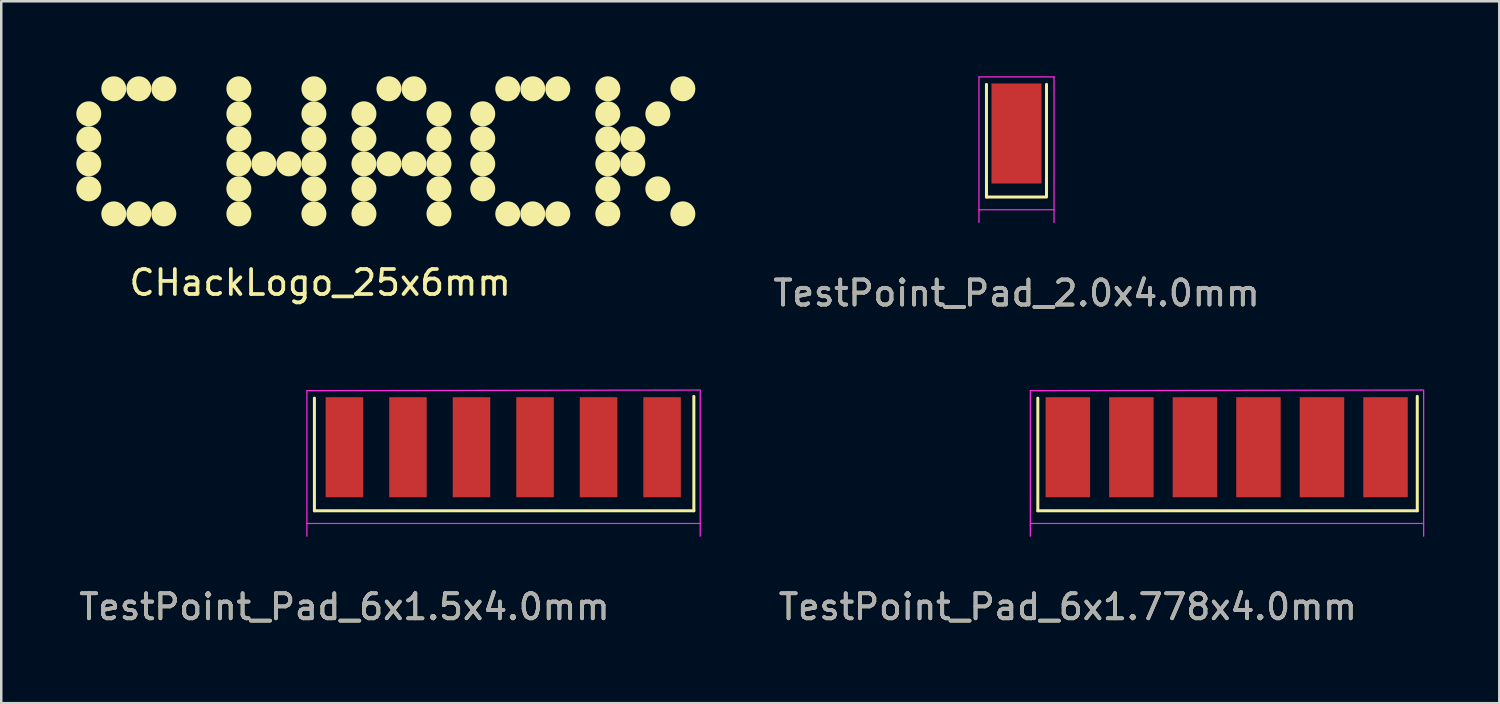
<source format=kicad_pcb>
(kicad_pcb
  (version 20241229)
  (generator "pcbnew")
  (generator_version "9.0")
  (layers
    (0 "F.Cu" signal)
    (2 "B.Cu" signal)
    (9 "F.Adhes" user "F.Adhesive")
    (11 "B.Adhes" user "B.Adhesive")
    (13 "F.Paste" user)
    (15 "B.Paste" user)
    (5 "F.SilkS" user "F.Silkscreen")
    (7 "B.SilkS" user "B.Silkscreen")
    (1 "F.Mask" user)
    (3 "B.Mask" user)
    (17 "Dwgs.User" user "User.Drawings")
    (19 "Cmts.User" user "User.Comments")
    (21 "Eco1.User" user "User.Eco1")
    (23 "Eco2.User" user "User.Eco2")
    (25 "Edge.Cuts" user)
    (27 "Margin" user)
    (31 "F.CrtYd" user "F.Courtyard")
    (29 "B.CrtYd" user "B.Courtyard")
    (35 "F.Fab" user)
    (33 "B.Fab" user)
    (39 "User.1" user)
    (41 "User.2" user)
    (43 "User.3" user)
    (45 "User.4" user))
  (footprint "TestPoint_Pad_6x1.5x4.0mm"
    (layer "F.Cu")
    (at 10.72 14.068)
    (property "Reference" "TestPoint_Pad_6x1.5x4.0mm" (at 0 7.146 0) (layer "F.SilkS") (effects (font (size 1 1) (thickness 0.15))))
    (attr exclude_from_pos_files exclude_from_bom)
    (fp_line (start -1.2 3.302) (end -1.2 -1.2) (stroke (width 0.12) (type solid)) (layer "F.SilkS"))
    (fp_line (start 13.97 -1.27) (end 13.97 3.302) (stroke (width 0.12) (type solid)) (layer "F.SilkS"))
    (fp_line (start 13.97 3.302) (end -1.2 3.302) (stroke (width 0.12) (type solid)) (layer "F.SilkS"))
    (fp_line (start -1.5 -1.5) (end -1.5 4.318) (stroke (width 0.05) (type solid)) (layer "F.CrtYd"))
    (fp_line (start -1.5 -1.5) (end 14.224 -1.524) (stroke (width 0.05) (type solid)) (layer "F.CrtYd"))
    (fp_line (start 14.224 3.81) (end -1.5 3.81) (stroke (width 0.05) (type solid)) (layer "F.CrtYd"))
    (fp_line (start 14.224 4.318) (end 14.224 -1.5) (stroke (width 0.05) (type solid)) (layer "F.CrtYd"))
    (fp_text user "${REFERENCE}" (at 0 7.144 0) (layer "F.Fab") (effects (font (size 1 1) (thickness 0.15))))
    (pad "1" smd rect (at 0 0.762) (size 1.5 4) (layers "F.Cu" "F.Mask"))
    (pad "2" smd rect (at 2.54 0.762) (size 1.5 4) (layers "F.Cu" "F.Mask"))
    (pad "3" smd rect (at 5.08 0.762) (size 1.5 4) (layers "F.Cu" "F.Mask"))
    (pad "4" smd rect (at 7.62 0.762) (size 1.5 4) (layers "F.Cu" "F.Mask"))
    (pad "5" smd rect (at 10.16 0.762) (size 1.5 4) (layers "F.Cu" "F.Mask"))
    (pad "6" smd rect (at 12.7 0.762) (size 1.5 4) (layers "F.Cu" "F.Mask")))
  (footprint "TestPoint_Pad_6x1.778x4.0mm"
    (layer "F.Cu")
    (at 39.642 14.068)
    (property "Reference" "TestPoint_Pad_6x1.778x4.0mm" (at 0 7.146 0) (layer "F.SilkS") (effects (font (size 1 1) (thickness 0.15))))
    (attr exclude_from_pos_files exclude_from_bom)
    (fp_line (start -1.2 3.302) (end -1.2 -1.2) (stroke (width 0.12) (type solid)) (layer "F.SilkS"))
    (fp_line (start 13.97 -1.27) (end 13.97 3.302) (stroke (width 0.12) (type solid)) (layer "F.SilkS"))
    (fp_line (start 13.97 3.302) (end -1.2 3.302) (stroke (width 0.12) (type solid)) (layer "F.SilkS"))
    (fp_line (start -1.5 -1.5) (end -1.5 4.318) (stroke (width 0.05) (type solid)) (layer "F.CrtYd"))
    (fp_line (start -1.5 -1.5) (end 14.224 -1.524) (stroke (width 0.05) (type solid)) (layer "F.CrtYd"))
    (fp_line (start 14.224 3.81) (end -1.5 3.81) (stroke (width 0.05) (type solid)) (layer "F.CrtYd"))
    (fp_line (start 14.224 4.318) (end 14.224 -1.5) (stroke (width 0.05) (type solid)) (layer "F.CrtYd"))
    (fp_text user "${REFERENCE}" (at 0 7.144 0) (layer "F.Fab") (effects (font (size 1 1) (thickness 0.15))))
    (pad "1" smd rect (at 0 0.762) (size 1.778 4) (layers "F.Cu" "F.Mask"))
    (pad "2" smd rect (at 2.54 0.762) (size 1.778 4) (layers "F.Cu" "F.Mask"))
    (pad "3" smd rect (at 5.08 0.762) (size 1.778 4) (layers "F.Cu" "F.Mask"))
    (pad "4" smd rect (at 7.62 0.762) (size 1.778 4) (layers "F.Cu" "F.Mask"))
    (pad "5" smd rect (at 10.16 0.762) (size 1.778 4) (layers "F.Cu" "F.Mask"))
    (pad "6" smd rect (at 12.7 0.762) (size 1.778 4) (layers "F.Cu" "F.Mask")))
  (footprint "CHackLogo_25x6mm"
    (layer "F.Cu")
    (at 12.5 3)
    (property "Reference" "CHackLogo_25x6mm" (at -2.75 5.25 180) (layer "F.SilkS") (effects (font (size 1 1) (thickness 0.15))))
    (attr through_hole)
    (fp_circle (center -12 -1.5) (end -12 -1.25) (stroke (width 0.5) (type solid)) (fill no) (layer "F.SilkS"))
    (fp_circle (center -12 -0.5) (end -11.75 -0.5) (stroke (width 0.5) (type solid)) (fill no) (layer "F.SilkS"))
    (fp_circle (center -12 0.5) (end -11.75 0.5) (stroke (width 0.5) (type solid)) (fill no) (layer "F.SilkS"))
    (fp_circle (center -12 1.5) (end -11.75 1.5) (stroke (width 0.5) (type solid)) (fill no) (layer "F.SilkS"))
    (fp_circle (center -11 -2.5) (end -11 -2.25) (stroke (width 0.5) (type solid)) (fill no) (layer "F.SilkS"))
    (fp_circle (center -11 2.5) (end -10.75 2.5) (stroke (width 0.5) (type solid)) (fill no) (layer "F.SilkS"))
    (fp_circle (center -10 -2.5) (end -10 -2.25) (stroke (width 0.5) (type solid)) (fill no) (layer "F.SilkS"))
    (fp_circle (center -10 2.5) (end -10 2.75) (stroke (width 0.5) (type solid)) (fill no) (layer "F.SilkS"))
    (fp_circle (center -9 -2.5) (end -9 -2.25) (stroke (width 0.5) (type solid)) (fill no) (layer "F.SilkS"))
    (fp_circle (center -9 2.5) (end -9 2.75) (stroke (width 0.5) (type solid)) (fill no) (layer "F.SilkS"))
    (fp_circle (center -6 -2.5) (end -6 -2.25) (stroke (width 0.5) (type solid)) (fill no) (layer "F.SilkS"))
    (fp_circle (center -6 -1.5) (end -5.75 -1.5) (stroke (width 0.5) (type solid)) (fill no) (layer "F.SilkS"))
    (fp_circle (center -6 -0.5) (end -5.75 -0.5) (stroke (width 0.5) (type solid)) (fill no) (layer "F.SilkS"))
    (fp_circle (center -6 0.5) (end -5.75 0.5) (stroke (width 0.5) (type solid)) (fill no) (layer "F.SilkS"))
    (fp_circle (center -6 1.5) (end -5.75 1.5) (stroke (width 0.5) (type solid)) (fill no) (layer "F.SilkS"))
    (fp_circle (center -6 2.5) (end -5.75 2.5) (stroke (width 0.5) (type solid)) (fill no) (layer "F.SilkS"))
    (fp_circle (center -5 0.5) (end -5 0.75) (stroke (width 0.5) (type solid)) (fill no) (layer "F.SilkS"))
    (fp_circle (center -4 0.5) (end -4 0.75) (stroke (width 0.5) (type solid)) (fill no) (layer "F.SilkS"))
    (fp_circle (center -3 -2.5) (end -3 -2.25) (stroke (width 0.5) (type solid)) (fill no) (layer "F.SilkS"))
    (fp_circle (center -3 -1.5) (end -2.75 -1.5) (stroke (width 0.5) (type solid)) (fill no) (layer "F.SilkS"))
    (fp_circle (center -3 -0.5) (end -2.75 -0.5) (stroke (width 0.5) (type solid)) (fill no) (layer "F.SilkS"))
    (fp_circle (center -3 0.5) (end -2.75 0.5) (stroke (width 0.5) (type solid)) (fill no) (layer "F.SilkS"))
    (fp_circle (center -3 1.5) (end -2.75 1.5) (stroke (width 0.5) (type solid)) (fill no) (layer "F.SilkS"))
    (fp_circle (center -3 2.5) (end -2.75 2.5) (stroke (width 0.5) (type solid)) (fill no) (layer "F.SilkS"))
    (fp_circle (center -1 -1.5) (end -0.75 -1.5) (stroke (width 0.5) (type solid)) (fill no) (layer "F.SilkS"))
    (fp_circle (center -1 -0.5) (end -0.75 -0.5) (stroke (width 0.5) (type solid)) (fill no) (layer "F.SilkS"))
    (fp_circle (center -1 0.5) (end -0.75 0.5) (stroke (width 0.5) (type solid)) (fill no) (layer "F.SilkS"))
    (fp_circle (center -1 1.5) (end -0.75 1.5) (stroke (width 0.5) (type solid)) (fill no) (layer "F.SilkS"))
    (fp_circle (center -1 2.5) (end -0.75 2.5) (stroke (width 0.5) (type solid)) (fill no) (layer "F.SilkS"))
    (fp_circle (center 0 -2.5) (end 0 -2.25) (stroke (width 0.5) (type solid)) (fill no) (layer "F.SilkS"))
    (fp_circle (center 0 0.5) (end 0 0.75) (stroke (width 0.5) (type solid)) (fill no) (layer "F.SilkS"))
    (fp_circle (center 1 -2.5) (end 1 -2.25) (stroke (width 0.5) (type solid)) (fill no) (layer "F.SilkS"))
    (fp_circle (center 1 0.5) (end 1 0.75) (stroke (width 0.5) (type solid)) (fill no) (layer "F.SilkS"))
    (fp_circle (center 2 -1.5) (end 2.25 -1.5) (stroke (width 0.5) (type solid)) (fill no) (layer "F.SilkS"))
    (fp_circle (center 2 -0.5) (end 2.25 -0.5) (stroke (width 0.5) (type solid)) (fill no) (layer "F.SilkS"))
    (fp_circle (center 2 0.5) (end 2.25 0.5) (stroke (width 0.5) (type solid)) (fill no) (layer "F.SilkS"))
    (fp_circle (center 2 1.5) (end 2.25 1.5) (stroke (width 0.5) (type solid)) (fill no) (layer "F.SilkS"))
    (fp_circle (center 2 2.5) (end 2.25 2.5) (stroke (width 0.5) (type solid)) (fill no) (layer "F.SilkS"))
    (fp_circle (center 3.75 -1.5) (end 3.75 -1.25) (stroke (width 0.5) (type solid)) (fill no) (layer "F.SilkS"))
    (fp_circle (center 3.75 -0.5) (end 4 -0.5) (stroke (width 0.5) (type solid)) (fill no) (layer "F.SilkS"))
    (fp_circle (center 3.75 0.5) (end 4 0.5) (stroke (width 0.5) (type solid)) (fill no) (layer "F.SilkS"))
    (fp_circle (center 3.75 1.5) (end 4 1.5) (stroke (width 0.5) (type solid)) (fill no) (layer "F.SilkS"))
    (fp_circle (center 4.75 -2.5) (end 4.75 -2.25) (stroke (width 0.5) (type solid)) (fill no) (layer "F.SilkS"))
    (fp_circle (center 4.75 2.5) (end 5 2.5) (stroke (width 0.5) (type solid)) (fill no) (layer "F.SilkS"))
    (fp_circle (center 5.75 -2.5) (end 5.75 -2.25) (stroke (width 0.5) (type solid)) (fill no) (layer "F.SilkS"))
    (fp_circle (center 5.75 2.5) (end 5.75 2.75) (stroke (width 0.5) (type solid)) (fill no) (layer "F.SilkS"))
    (fp_circle (center 6.75 -2.5) (end 6.75 -2.25) (stroke (width 0.5) (type solid)) (fill no) (layer "F.SilkS"))
    (fp_circle (center 6.75 2.5) (end 6.75 2.75) (stroke (width 0.5) (type solid)) (fill no) (layer "F.SilkS"))
    (fp_circle (center 8.75 -2.5) (end 8.75 -2.25) (stroke (width 0.5) (type solid)) (fill no) (layer "F.SilkS"))
    (fp_circle (center 8.75 -1.5) (end 9 -1.5) (stroke (width 0.5) (type solid)) (fill no) (layer "F.SilkS"))
    (fp_circle (center 8.75 -0.5) (end 9 -0.5) (stroke (width 0.5) (type solid)) (fill no) (layer "F.SilkS"))
    (fp_circle (center 8.75 0.5) (end 9 0.5) (stroke (width 0.5) (type solid)) (fill no) (layer "F.SilkS"))
    (fp_circle (center 8.75 1.5) (end 9 1.5) (stroke (width 0.5) (type solid)) (fill no) (layer "F.SilkS"))
    (fp_circle (center 8.75 2.5) (end 9 2.5) (stroke (width 0.5) (type solid)) (fill no) (layer "F.SilkS"))
    (fp_circle (center 9.75 -0.5) (end 9.75 -0.25) (stroke (width 0.5) (type solid)) (fill no) (layer "F.SilkS"))
    (fp_circle (center 9.75 0.5) (end 9.75 0.75) (stroke (width 0.5) (type solid)) (fill no) (layer "F.SilkS"))
    (fp_circle (center 10.75 -1.5) (end 11 -1.5) (stroke (width 0.5) (type solid)) (fill no) (layer "F.SilkS"))
    (fp_circle (center 10.75 1.5) (end 11 1.5) (stroke (width 0.5) (type solid)) (fill no) (layer "F.SilkS"))
    (fp_circle (center 11.75 -2.5) (end 12 -2.5) (stroke (width 0.5) (type solid)) (fill no) (layer "F.SilkS"))
    (fp_circle (center 11.75 2.5) (end 12 2.5) (stroke (width 0.5) (type solid)) (fill no) (layer "F.SilkS")))
  (footprint "TestPoint_Pad_2.0x4.0mm"
    (layer "F.Cu")
    (at 37.589 1.525)
    (property "Reference" "TestPoint_Pad_2.0x4.0mm" (at 0 7.146 0) (layer "F.SilkS") (effects (font (size 1 1) (thickness 0.15))))
    (attr exclude_from_pos_files exclude_from_bom)
    (fp_line (start -1.2 3.302) (end -1.2 -1.2) (stroke (width 0.12) (type solid)) (layer "F.SilkS"))
    (fp_line (start 1.143 3.302) (end -1.2 3.302) (stroke (width 0.12) (type solid)) (layer "F.SilkS"))
    (fp_line (start 1.2 -1.2) (end 1.2 3.302) (stroke (width 0.12) (type solid)) (layer "F.SilkS"))
    (fp_line (start -1.5 -1.5) (end -1.5 4.318) (stroke (width 0.05) (type solid)) (layer "F.CrtYd"))
    (fp_line (start -1.5 -1.5) (end 1.5 -1.5) (stroke (width 0.05) (type solid)) (layer "F.CrtYd"))
    (fp_line (start 1.5 3.81) (end -1.5 3.81) (stroke (width 0.05) (type solid)) (layer "F.CrtYd"))
    (fp_line (start 1.5 4.318) (end 1.5 -1.5) (stroke (width 0.05) (type solid)) (layer "F.CrtYd"))
    (fp_text user "${REFERENCE}" (at 0 7.144 0) (layer "F.Fab") (effects (font (size 1 1) (thickness 0.15))))
    (pad "1" smd rect (at 0 0.762) (size 2 4) (layers "F.Cu" "F.Mask")))
  (gr_rect
    (start -3 -3)
    (end 56.891 25.062)
    (stroke (width 0.1) (type default))
    (fill no)
    (layer "Edge.Cuts")))
</source>
